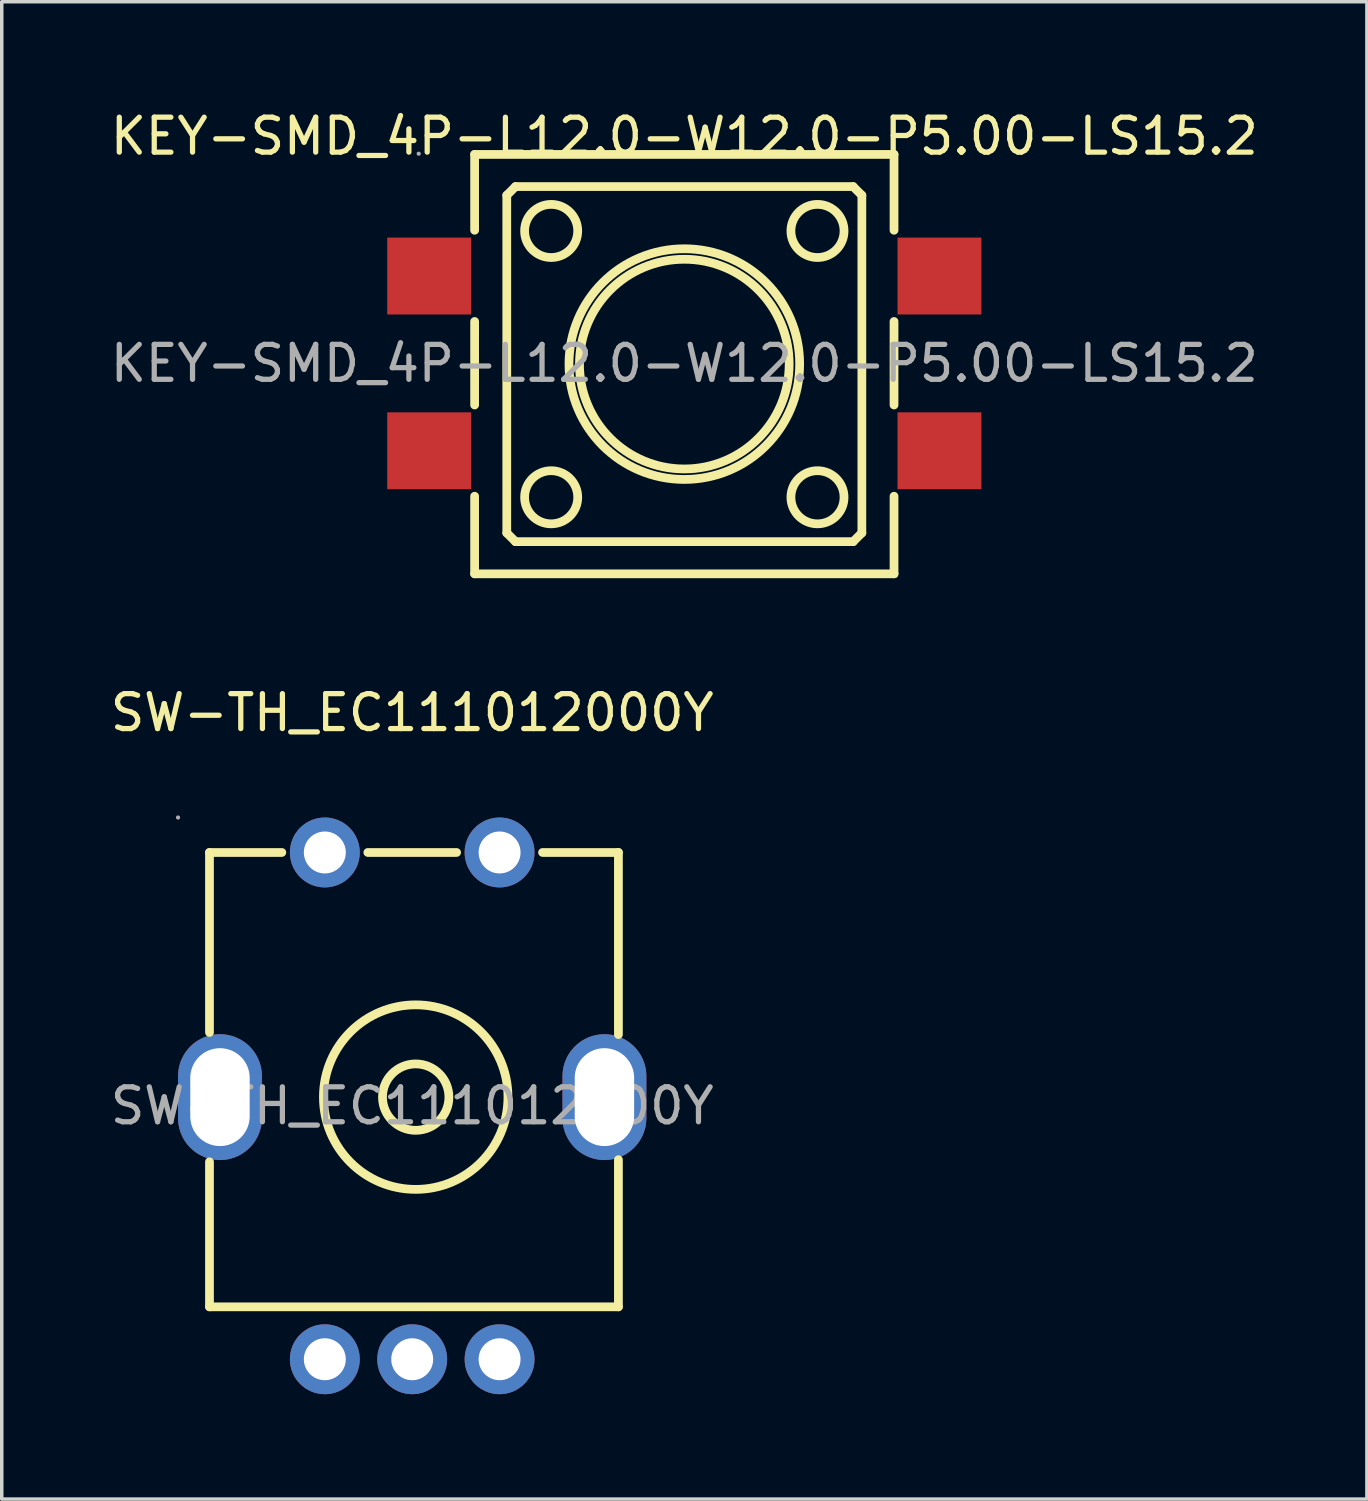
<source format=kicad_pcb>
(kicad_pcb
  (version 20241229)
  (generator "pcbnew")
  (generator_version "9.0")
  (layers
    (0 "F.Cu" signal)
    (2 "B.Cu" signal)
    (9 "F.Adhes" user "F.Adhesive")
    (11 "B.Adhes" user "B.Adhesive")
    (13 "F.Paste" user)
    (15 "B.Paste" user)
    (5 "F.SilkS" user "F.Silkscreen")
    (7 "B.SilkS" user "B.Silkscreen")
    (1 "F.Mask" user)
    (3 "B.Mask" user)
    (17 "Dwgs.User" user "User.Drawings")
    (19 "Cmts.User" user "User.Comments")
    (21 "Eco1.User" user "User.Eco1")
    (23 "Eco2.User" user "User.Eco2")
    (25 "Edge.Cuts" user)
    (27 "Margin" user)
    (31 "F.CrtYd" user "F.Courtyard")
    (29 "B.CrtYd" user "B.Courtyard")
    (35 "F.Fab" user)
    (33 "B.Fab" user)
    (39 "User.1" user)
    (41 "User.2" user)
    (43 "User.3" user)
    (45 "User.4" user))
  (footprint "KEY-SMD_4P-L12.0-W12.0-P5.00-LS15.2"
    (layer "F.Cu")
    (at 16.53 7.348)
    (property "Reference" "KEY-SMD_4P-L12.0-W12.0-P5.00-LS15.2" (at 0 -6.5 0) (layer "F.SilkS") (effects (font (size 1 1) (thickness 0.15))))
    (attr smd)
    (fp_line (start -6 -5.98) (end -6 -3.81) (stroke (width 0.25) (type solid)) (layer "F.SilkS"))
    (fp_line (start -6 -5.98) (end 6 -5.98) (stroke (width 0.25) (type solid)) (layer "F.SilkS"))
    (fp_line (start -6 -1.2) (end -6 1.19) (stroke (width 0.25) (type solid)) (layer "F.SilkS"))
    (fp_line (start -6 3.8) (end -6 6.02) (stroke (width 0.25) (type solid)) (layer "F.SilkS"))
    (fp_line (start -5.08 -4.81) (end -4.83 -5.06) (stroke (width 0.25) (type solid)) (layer "F.SilkS"))
    (fp_line (start -5.08 4.85) (end -5.08 -4.81) (stroke (width 0.25) (type solid)) (layer "F.SilkS"))
    (fp_line (start -4.83 -5.06) (end 4.83 -5.06) (stroke (width 0.25) (type solid)) (layer "F.SilkS"))
    (fp_line (start -4.83 5.1) (end -5.08 4.85) (stroke (width 0.25) (type solid)) (layer "F.SilkS"))
    (fp_line (start 4.83 -5.06) (end 5.08 -4.81) (stroke (width 0.25) (type solid)) (layer "F.SilkS"))
    (fp_line (start 4.83 5.1) (end -4.83 5.1) (stroke (width 0.25) (type solid)) (layer "F.SilkS"))
    (fp_line (start 5.08 -4.81) (end 5.08 4.85) (stroke (width 0.25) (type solid)) (layer "F.SilkS"))
    (fp_line (start 5.08 4.85) (end 4.83 5.1) (stroke (width 0.25) (type solid)) (layer "F.SilkS"))
    (fp_line (start 6 -5.98) (end 6 -3.81) (stroke (width 0.25) (type solid)) (layer "F.SilkS"))
    (fp_line (start 6 -1.2) (end 6 1.19) (stroke (width 0.25) (type solid)) (layer "F.SilkS"))
    (fp_line (start 6 3.8) (end 6 6.02) (stroke (width 0.25) (type solid)) (layer "F.SilkS"))
    (fp_line (start 6 6.02) (end -6 6.02) (stroke (width 0.25) (type solid)) (layer "F.SilkS"))
    (fp_circle (center -3.81 -3.79) (end -3.05 -3.79) (stroke (width 0.25) (type solid)) (fill no) (layer "F.SilkS"))
    (fp_circle (center -3.81 3.83) (end -3.05 3.83) (stroke (width 0.25) (type solid)) (fill no) (layer "F.SilkS"))
    (fp_circle (center 0 0.02) (end 3 0.02) (stroke (width 0.25) (type solid)) (fill no) (layer "F.SilkS"))
    (fp_circle (center 0 0.02) (end 3.3 0.02) (stroke (width 0.25) (type solid)) (fill no) (layer "F.SilkS"))
    (fp_circle (center 3.81 -3.79) (end 4.57 -3.79) (stroke (width 0.25) (type solid)) (fill no) (layer "F.SilkS"))
    (fp_circle (center 3.81 3.83) (end 4.57 3.83) (stroke (width 0.25) (type solid)) (fill no) (layer "F.SilkS"))
    (fp_circle (center -7.6 -6) (end -7.57 -6) (stroke (width 0.06) (type solid)) (fill no) (layer "F.Fab"))
    (fp_text user "${REFERENCE}" (at 0 0 0) (layer "F.Fab") (effects (font (size 1 1) (thickness 0.15))))
    (pad "1" smd rect (at -7.3 -2.5) (size 2.4 2.2) (layers "F.Cu" "F.Mask" "F.Paste"))
    (pad "2" smd rect (at 7.3 -2.5) (size 2.4 2.2) (layers "F.Cu" "F.Mask" "F.Paste"))
    (pad "3" smd rect (at -7.3 2.5) (size 2.4 2.2) (layers "F.Cu" "F.Mask" "F.Paste"))
    (pad "4" smd rect (at 7.3 2.5) (size 2.4 2.2) (layers "F.Cu" "F.Mask" "F.Paste")))
  (footprint "SW-TH_EC111012000Y"
    (layer "F.Cu")
    (at 8.744 28.591)
    (property "Reference" "SW-TH_EC111012000Y" (at 0 -11.25 0) (layer "F.SilkS") (effects (font (size 1 1) (thickness 0.15))))
    (attr through_hole)
    (fp_line (start -5.8 -2.1) (end -5.8 -7.25) (stroke (width 0.25) (type solid)) (layer "F.SilkS"))
    (fp_line (start -5.8 5.75) (end -5.8 1.6) (stroke (width 0.25) (type solid)) (layer "F.SilkS"))
    (fp_line (start -5.8 5.75) (end 5.9 5.75) (stroke (width 0.25) (type solid)) (layer "F.SilkS"))
    (fp_line (start -3.73 -7.25) (end -5.8 -7.25) (stroke (width 0.25) (type solid)) (layer "F.SilkS"))
    (fp_line (start 1.27 -7.25) (end -1.27 -7.25) (stroke (width 0.25) (type solid)) (layer "F.SilkS"))
    (fp_line (start 5.9 -7.25) (end 3.73 -7.25) (stroke (width 0.25) (type solid)) (layer "F.SilkS"))
    (fp_line (start 5.9 -2.04) (end 5.9 -7.25) (stroke (width 0.25) (type solid)) (layer "F.SilkS"))
    (fp_line (start 5.9 5.75) (end 5.9 1.54) (stroke (width 0.25) (type solid)) (layer "F.SilkS"))
    (fp_circle (center 0.1 -0.25) (end 1.05 -0.25) (stroke (width 0.25) (type solid)) (fill no) (layer "F.SilkS"))
    (fp_circle (center 0.1 -0.25) (end 2.74 -0.25) (stroke (width 0.25) (type solid)) (fill no) (layer "F.SilkS"))
    (fp_circle (center -6.7 -8.25) (end -6.67 -8.25) (stroke (width 0.06) (type solid)) (fill no) (layer "F.Fab"))
    (fp_circle (center -2.5 -7.25) (end -2.25 -7.25) (stroke (width 0.5) (type solid)) (fill no) (layer "F.Fab"))
    (fp_circle (center -2.5 7.25) (end -2.25 7.25) (stroke (width 0.5) (type solid)) (fill no) (layer "F.Fab"))
    (fp_circle (center 0 7.25) (end 0.25 7.25) (stroke (width 0.5) (type solid)) (fill no) (layer "F.Fab"))
    (fp_circle (center 2.5 -7.25) (end 2.75 -7.25) (stroke (width 0.5) (type solid)) (fill no) (layer "F.Fab"))
    (fp_circle (center 2.5 7.25) (end 2.75 7.25) (stroke (width 0.5) (type solid)) (fill no) (layer "F.Fab"))
    (fp_text user "${REFERENCE}" (at 0 0 0) (layer "F.Fab") (effects (font (size 1 1) (thickness 0.15))))
    (pad "6" thru_hole oval (at -5.5 -0.25) (size 2.4 3.6) (drill oval 1.7 2.8) (layers "*.Cu" "*.Mask"))
    (pad "7" thru_hole oval (at 5.5 -0.25) (size 2.4 3.6) (drill oval 1.7 2.8) (layers "*.Cu" "*.Mask"))
    (pad "A" thru_hole circle (at -2.5 7.25) (size 2 2) (drill 1.2) (layers "*.Cu" "*.Mask"))
    (pad "B" thru_hole circle (at 2.5 7.25) (size 2 2) (drill 1.2) (layers "*.Cu" "*.Mask"))
    (pad "C" thru_hole circle (at 0 7.25) (size 2 2) (drill 1.2) (layers "*.Cu" "*.Mask"))
    (pad "D" thru_hole circle (at -2.5 -7.25) (size 2 2) (drill 1.2) (layers "*.Cu" "*.Mask"))
    (pad "E" thru_hole circle (at 2.5 -7.25) (size 2 2) (drill 1.2) (layers "*.Cu" "*.Mask")))
  (gr_rect
    (start -3 -3)
    (end 36.06 39.842)
    (stroke (width 0.1) (type default))
    (fill no)
    (layer "Edge.Cuts")))
</source>
